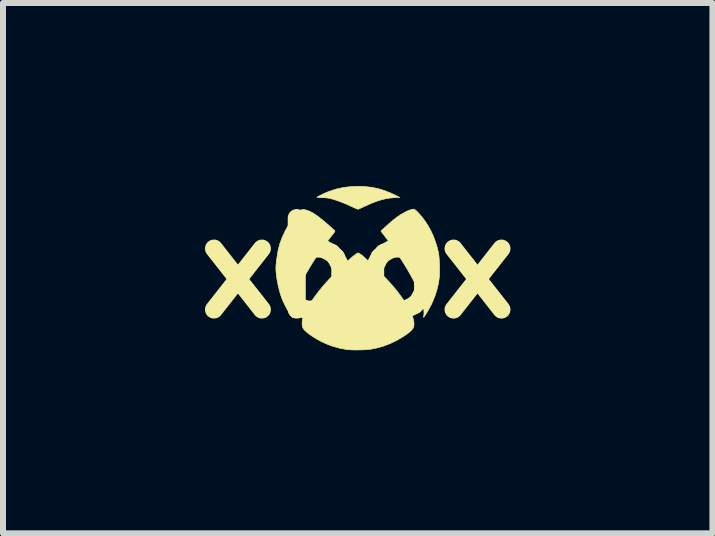
<source format=kicad_pcb>
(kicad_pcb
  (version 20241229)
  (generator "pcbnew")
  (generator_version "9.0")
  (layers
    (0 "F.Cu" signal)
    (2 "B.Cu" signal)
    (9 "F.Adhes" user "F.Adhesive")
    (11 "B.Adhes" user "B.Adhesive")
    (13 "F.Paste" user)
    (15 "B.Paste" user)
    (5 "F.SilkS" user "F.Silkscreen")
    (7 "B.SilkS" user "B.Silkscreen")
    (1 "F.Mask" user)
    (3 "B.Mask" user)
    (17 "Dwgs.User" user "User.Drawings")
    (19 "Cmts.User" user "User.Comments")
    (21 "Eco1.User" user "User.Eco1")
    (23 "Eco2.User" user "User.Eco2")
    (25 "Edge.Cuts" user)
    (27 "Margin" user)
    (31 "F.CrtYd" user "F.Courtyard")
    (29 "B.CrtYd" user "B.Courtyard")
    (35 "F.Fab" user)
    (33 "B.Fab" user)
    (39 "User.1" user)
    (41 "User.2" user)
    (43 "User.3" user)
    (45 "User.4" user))
  (footprint "xbox"
    (layer "F.Cu")
    (at 2.91 1.418)
    (property "Reference" "xbox" (at 0 0 0) (layer "F.SilkS") (effects (font (size 1.524 1.524) (thickness 0.3))))
    (attr through_hole)
    (fp_poly (pts (xy 0.12 -1.36) (xy 0.233 -1.347) (xy 0.342 -1.325) (xy 0.449 -1.292) (xy 0.556 -1.249) (xy 0.61 -1.224) (xy 0.702 -1.178) (xy 0.606 -1.174) (xy 0.534 -1.168) (xy 0.462 -1.156) (xy 0.387 -1.137) (xy 0.309 -1.112) (xy 0.224 -1.079) (xy 0.132 -1.038) (xy 0.127 -1.035) (xy 0.092 -1.019) (xy 0.061 -1.005) (xy 0.036 -0.994) (xy 0.018 -0.986) (xy 0.009 -0.983) (xy -0.002 -0.984) (xy -0.023 -0.991) (xy -0.052 -1.004) (xy -0.086 -1.019) (xy -0.156 -1.052) (xy -0.228 -1.083) (xy -0.299 -1.11) (xy -0.367 -1.134) (xy -0.428 -1.153) (xy -0.478 -1.165) (xy -0.51 -1.17) (xy -0.549 -1.173) (xy -0.592 -1.175) (xy -0.603 -1.175) (xy -0.632 -1.175) (xy -0.657 -1.176) (xy -0.673 -1.178) (xy -0.679 -1.18) (xy -0.679 -1.18) (xy -0.674 -1.185) (xy -0.659 -1.195) (xy -0.636 -1.207) (xy -0.608 -1.221) (xy -0.577 -1.236) (xy -0.544 -1.251) (xy -0.512 -1.265) (xy -0.483 -1.277) (xy -0.475 -1.28) (xy -0.358 -1.318) (xy -0.235 -1.345) (xy -0.107 -1.36) (xy 0.025 -1.364) (xy 0.12 -1.36)) (stroke (width 0.01) (type solid)) (fill yes) (layer "F.SilkS"))
    (fp_poly (pts (xy -0.874 -0.972) (xy -0.857 -0.968) (xy -0.824 -0.957) (xy -0.791 -0.942) (xy -0.756 -0.925) (xy -0.719 -0.902) (xy -0.679 -0.875) (xy -0.635 -0.842) (xy -0.586 -0.803) (xy -0.531 -0.757) (xy -0.469 -0.703) (xy -0.399 -0.641) (xy -0.382 -0.625) (xy -0.38 -0.621) (xy -0.381 -0.613) (xy -0.388 -0.602) (xy -0.399 -0.585) (xy -0.418 -0.561) (xy -0.443 -0.529) (xy -0.521 -0.428) (xy -0.597 -0.324) (xy -0.669 -0.219) (xy -0.738 -0.113) (xy -0.803 -0.007) (xy -0.863 0.096) (xy -0.917 0.197) (xy -0.965 0.294) (xy -1.006 0.385) (xy -1.039 0.47) (xy -1.065 0.548) (xy -1.071 0.572) (xy -1.085 0.635) (xy -1.094 0.692) (xy -1.096 0.74) (xy -1.093 0.78) (xy -1.091 0.789) (xy -1.086 0.808) (xy -1.084 0.822) (xy -1.083 0.826) (xy -1.088 0.821) (xy -1.097 0.81) (xy -1.101 0.805) (xy -1.127 0.767) (xy -1.155 0.72) (xy -1.185 0.669) (xy -1.213 0.615) (xy -1.239 0.562) (xy -1.26 0.514) (xy -1.266 0.498) (xy -1.287 0.438) (xy -1.306 0.371) (xy -1.323 0.3) (xy -1.338 0.228) (xy -1.35 0.157) (xy -1.358 0.09) (xy -1.363 0.029) (xy -1.363 -0.023) (xy -1.362 -0.035) (xy -1.359 -0.073) (xy -1.354 -0.119) (xy -1.347 -0.169) (xy -1.34 -0.219) (xy -1.332 -0.265) (xy -1.325 -0.302) (xy -1.324 -0.308) (xy -1.296 -0.412) (xy -1.257 -0.517) (xy -1.208 -0.622) (xy -1.152 -0.723) (xy -1.088 -0.817) (xy -1.024 -0.897) (xy -0.994 -0.93) (xy -0.969 -0.954) (xy -0.947 -0.969) (xy -0.925 -0.977) (xy -0.901 -0.977) (xy -0.874 -0.972)) (stroke (width 0.01) (type solid)) (fill yes) (layer "F.SilkS"))
    (fp_poly (pts (xy 0.941 -0.982) (xy 0.952 -0.976) (xy 0.966 -0.965) (xy 0.984 -0.949) (xy 1.03 -0.901) (xy 1.078 -0.844) (xy 1.125 -0.781) (xy 1.169 -0.713) (xy 1.208 -0.644) (xy 1.219 -0.623) (xy 1.251 -0.554) (xy 1.281 -0.478) (xy 1.308 -0.401) (xy 1.33 -0.325) (xy 1.346 -0.254) (xy 1.35 -0.229) (xy 1.355 -0.185) (xy 1.359 -0.133) (xy 1.362 -0.074) (xy 1.364 -0.014) (xy 1.364 0.046) (xy 1.363 0.101) (xy 1.36 0.149) (xy 1.36 0.15) (xy 1.346 0.251) (xy 1.321 0.356) (xy 1.288 0.461) (xy 1.246 0.563) (xy 1.223 0.613) (xy 1.205 0.646) (xy 1.186 0.68) (xy 1.167 0.715) (xy 1.148 0.747) (xy 1.13 0.775) (xy 1.115 0.798) (xy 1.104 0.813) (xy 1.098 0.819) (xy 1.098 0.819) (xy 1.096 0.814) (xy 1.098 0.8) (xy 1.1 0.792) (xy 1.104 0.756) (xy 1.103 0.71) (xy 1.097 0.658) (xy 1.086 0.6) (xy 1.071 0.539) (xy 1.052 0.477) (xy 1.035 0.429) (xy 1.003 0.354) (xy 0.964 0.272) (xy 0.918 0.183) (xy 0.866 0.089) (xy 0.81 -0.008) (xy 0.749 -0.106) (xy 0.685 -0.205) (xy 0.62 -0.303) (xy 0.553 -0.397) (xy 0.485 -0.488) (xy 0.45 -0.533) (xy 0.429 -0.561) (xy 0.411 -0.584) (xy 0.397 -0.603) (xy 0.389 -0.614) (xy 0.387 -0.617) (xy 0.392 -0.623) (xy 0.404 -0.635) (xy 0.423 -0.653) (xy 0.447 -0.675) (xy 0.474 -0.7) (xy 0.503 -0.726) (xy 0.532 -0.751) (xy 0.559 -0.775) (xy 0.583 -0.795) (xy 0.601 -0.81) (xy 0.656 -0.852) (xy 0.712 -0.89) (xy 0.767 -0.922) (xy 0.818 -0.949) (xy 0.865 -0.968) (xy 0.906 -0.98) (xy 0.916 -0.982) (xy 0.93 -0.983) (xy 0.941 -0.982)) (stroke (width 0.01) (type solid)) (fill yes) (layer "F.SilkS"))
    (fp_poly (pts (xy 0.02 -0.25) (xy 0.038 -0.238) (xy 0.063 -0.221) (xy 0.086 -0.202) (xy 0.111 -0.18) (xy 0.143 -0.151) (xy 0.181 -0.115) (xy 0.224 -0.074) (xy 0.269 -0.03) (xy 0.316 0.016) (xy 0.363 0.062) (xy 0.408 0.108) (xy 0.451 0.151) (xy 0.489 0.19) (xy 0.521 0.224) (xy 0.536 0.241) (xy 0.61 0.326) (xy 0.677 0.41) (xy 0.737 0.491) (xy 0.79 0.569) (xy 0.836 0.644) (xy 0.874 0.714) (xy 0.903 0.78) (xy 0.924 0.84) (xy 0.936 0.895) (xy 0.938 0.942) (xy 0.933 0.976) (xy 0.921 1.002) (xy 0.899 1.031) (xy 0.866 1.062) (xy 0.822 1.097) (xy 0.78 1.126) (xy 0.664 1.196) (xy 0.547 1.254) (xy 0.426 1.3) (xy 0.302 1.334) (xy 0.219 1.35) (xy 0.181 1.354) (xy 0.135 1.358) (xy 0.082 1.361) (xy 0.025 1.362) (xy -0.031 1.363) (xy -0.085 1.362) (xy -0.132 1.36) (xy -0.171 1.357) (xy -0.181 1.356) (xy -0.301 1.334) (xy -0.417 1.301) (xy -0.438 1.294) (xy -0.499 1.271) (xy -0.561 1.244) (xy -0.622 1.214) (xy -0.681 1.182) (xy -0.737 1.148) (xy -0.788 1.114) (xy -0.833 1.081) (xy -0.87 1.049) (xy -0.897 1.02) (xy -0.914 0.995) (xy -0.924 0.963) (xy -0.927 0.924) (xy -0.924 0.88) (xy -0.92 0.856) (xy -0.905 0.805) (xy -0.882 0.748) (xy -0.85 0.684) (xy -0.81 0.615) (xy -0.764 0.542) (xy -0.711 0.467) (xy -0.653 0.39) (xy -0.591 0.314) (xy -0.548 0.264) (xy -0.502 0.213) (xy -0.453 0.16) (xy -0.402 0.107) (xy -0.35 0.054) (xy -0.299 0.003) (xy -0.249 -0.046) (xy -0.2 -0.091) (xy -0.154 -0.133) (xy -0.112 -0.17) (xy -0.075 -0.201) (xy -0.042 -0.226) (xy -0.016 -0.243) (xy 0.002 -0.253) (xy 0.009 -0.254) (xy 0.02 -0.25)) (stroke (width 0.01) (type solid)) (fill yes) (layer "F.SilkS")))
  (gr_rect
    (start -3 -3)
    (end 8.82 5.836)
    (stroke (width 0.1) (type default))
    (fill no)
    (layer "Edge.Cuts")))
</source>
